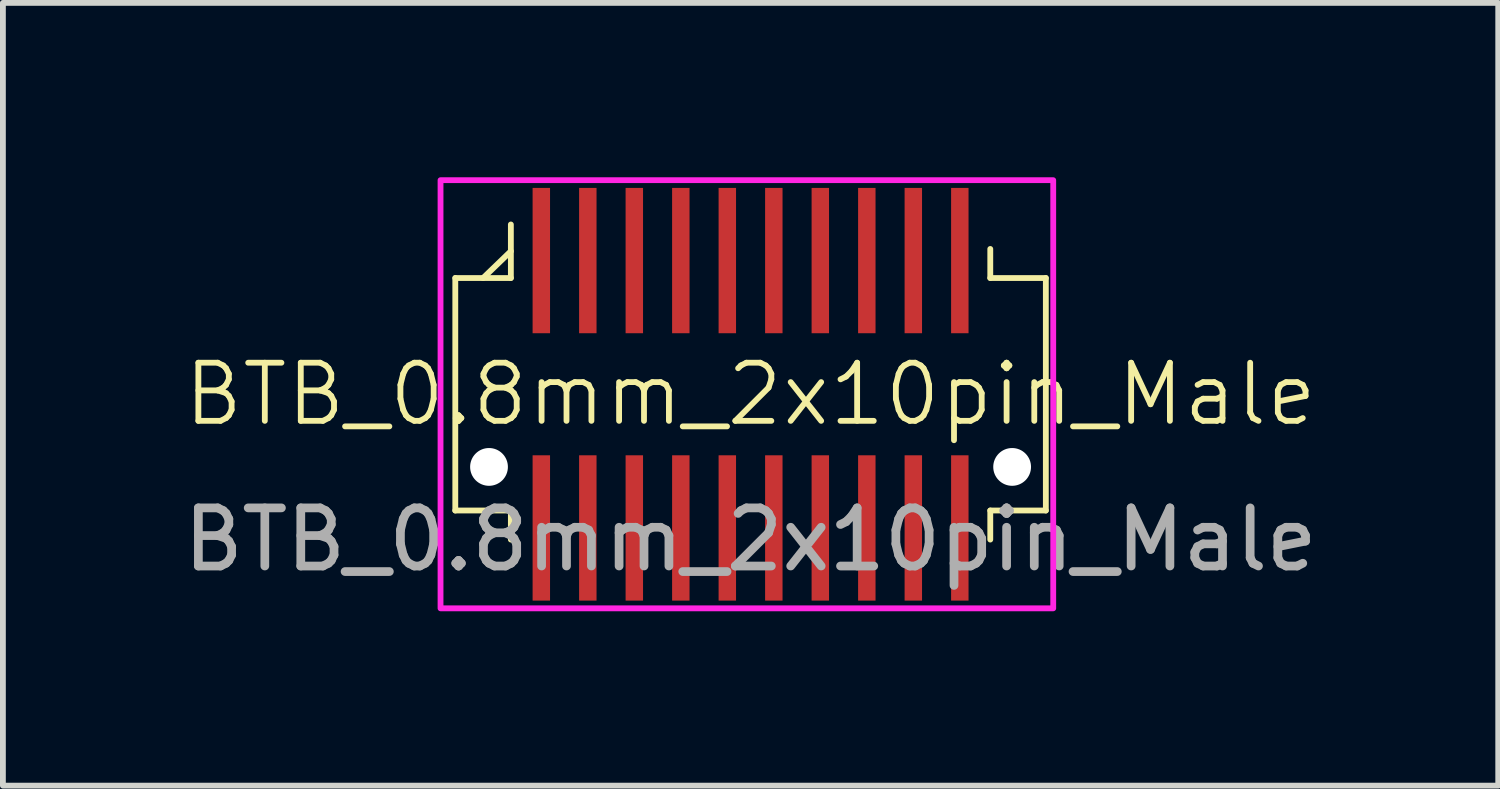
<source format=kicad_pcb>
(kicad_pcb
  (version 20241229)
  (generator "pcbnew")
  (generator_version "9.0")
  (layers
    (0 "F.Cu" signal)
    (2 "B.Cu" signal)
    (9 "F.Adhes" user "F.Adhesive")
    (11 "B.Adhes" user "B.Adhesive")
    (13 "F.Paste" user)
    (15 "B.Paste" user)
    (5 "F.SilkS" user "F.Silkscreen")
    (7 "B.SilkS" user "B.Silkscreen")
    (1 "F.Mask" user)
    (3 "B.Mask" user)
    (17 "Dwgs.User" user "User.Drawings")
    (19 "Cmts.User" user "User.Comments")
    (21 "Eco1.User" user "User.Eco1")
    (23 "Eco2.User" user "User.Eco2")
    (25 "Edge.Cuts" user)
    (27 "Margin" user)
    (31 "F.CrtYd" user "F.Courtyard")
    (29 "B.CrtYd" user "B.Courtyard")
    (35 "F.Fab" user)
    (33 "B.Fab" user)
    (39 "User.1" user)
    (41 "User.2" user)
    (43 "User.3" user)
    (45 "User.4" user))
  (footprint "BTB_0.8mm_2x10pin_Male"
    (layer "F.Cu")
    (at 9.863 3.733)
    (property "Reference" "BTB_0.8mm_2x10pin_Male" (at 0 0 0) (unlocked yes) (layer "F.SilkS") (effects (font (size 1 1) (thickness 0.1))))
    (attr smd)
    (fp_line (start -5.08 -2) (end -4.124 -2) (stroke (width 0.1) (type default)) (layer "F.SilkS"))
    (fp_line (start -5.08 2) (end -5.08 -2) (stroke (width 0.1) (type default)) (layer "F.SilkS"))
    (fp_line (start -4.124 -2.461) (end -4.602 -2) (stroke (width 0.1) (type default)) (layer "F.SilkS"))
    (fp_line (start -4.124 -2) (end -4.124 -2.921) (stroke (width 0.1) (type default)) (layer "F.SilkS"))
    (fp_line (start -4.124 2) (end -5.08 2) (stroke (width 0.1) (type default)) (layer "F.SilkS"))
    (fp_line (start -4.124 2) (end -4.124 2.5) (stroke (width 0.1) (type default)) (layer "F.SilkS"))
    (fp_line (start 4.124 -2) (end 4.124 -2.5) (stroke (width 0.1) (type default)) (layer "F.SilkS"))
    (fp_line (start 4.124 -2) (end 5.08 -2) (stroke (width 0.1) (type default)) (layer "F.SilkS"))
    (fp_line (start 4.124 2) (end 4.124 2.5) (stroke (width 0.1) (type default)) (layer "F.SilkS"))
    (fp_line (start 4.124 2) (end 5.08 2) (stroke (width 0.1) (type default)) (layer "F.SilkS"))
    (fp_line (start 5.08 -2) (end 5.08 2) (stroke (width 0.1) (type default)) (layer "F.SilkS"))
    (fp_rect (start -5.334 -3.683) (end 5.207 3.683) (stroke (width 0.1) (type default)) (fill no) (layer "F.CrtYd"))
    (fp_text user "${REFERENCE}" (at 0 2.5 0) (unlocked yes) (layer "F.Fab") (effects (font (size 1 1) (thickness 0.15))))
    (pad "" np_thru_hole circle (at -4.5 1.25) (size 0.65 0.65) (drill 0.65) (layers "*.Cu" "*.Mask"))
    (pad "" np_thru_hole circle (at 4.5 1.25) (size 0.65 0.65) (drill 0.65) (layers "*.Cu" "*.Mask"))
    (pad "1" smd rect (at 3.6 -2.3) (size 0.3 2.5) (layers "F.Cu" "F.Mask" "F.Paste"))
    (pad "2" smd rect (at 2.8 -2.3) (size 0.3 2.5) (layers "F.Cu" "F.Mask" "F.Paste"))
    (pad "3" smd rect (at 2 -2.3) (size 0.3 2.5) (layers "F.Cu" "F.Mask" "F.Paste"))
    (pad "4" smd rect (at 1.2 -2.3) (size 0.3 2.5) (layers "F.Cu" "F.Mask" "F.Paste"))
    (pad "5" smd rect (at 0.4 -2.3) (size 0.3 2.5) (layers "F.Cu" "F.Mask" "F.Paste"))
    (pad "6" smd rect (at -0.4 -2.3) (size 0.3 2.5) (layers "F.Cu" "F.Mask" "F.Paste"))
    (pad "7" smd rect (at -1.2 -2.3) (size 0.3 2.5) (layers "F.Cu" "F.Mask" "F.Paste"))
    (pad "8" smd rect (at -2 -2.3) (size 0.3 2.5) (layers "F.Cu" "F.Mask" "F.Paste"))
    (pad "9" smd rect (at -2.8 -2.3) (size 0.3 2.5) (layers "F.Cu" "F.Mask" "F.Paste"))
    (pad "10" smd rect (at -3.6 -2.3) (size 0.3 2.5) (layers "F.Cu" "F.Mask" "F.Paste"))
    (pad "11" smd rect (at -3.6 2.3) (size 0.3 2.5) (layers "F.Cu" "F.Mask" "F.Paste"))
    (pad "12" smd rect (at -2.8 2.3) (size 0.3 2.5) (layers "F.Cu" "F.Mask" "F.Paste"))
    (pad "13" smd rect (at -2 2.3) (size 0.3 2.5) (layers "F.Cu" "F.Mask" "F.Paste"))
    (pad "14" smd rect (at -1.2 2.3) (size 0.3 2.5) (layers "F.Cu" "F.Mask" "F.Paste"))
    (pad "15" smd rect (at -0.4 2.3) (size 0.3 2.5) (layers "F.Cu" "F.Mask" "F.Paste"))
    (pad "16" smd rect (at 0.4 2.3) (size 0.3 2.5) (layers "F.Cu" "F.Mask" "F.Paste"))
    (pad "17" smd rect (at 1.2 2.3) (size 0.3 2.5) (layers "F.Cu" "F.Mask" "F.Paste"))
    (pad "18" smd rect (at 2 2.3) (size 0.3 2.5) (layers "F.Cu" "F.Mask" "F.Paste"))
    (pad "19" smd rect (at 2.8 2.3) (size 0.3 2.5) (layers "F.Cu" "F.Mask" "F.Paste"))
    (pad "20" smd rect (at 3.6 2.3) (size 0.3 2.5) (layers "F.Cu" "F.Mask" "F.Paste")))
  (gr_rect
    (start -3 -3)
    (end 22.726 10.466)
    (stroke (width 0.1) (type default))
    (fill no)
    (layer "Edge.Cuts")))
</source>
